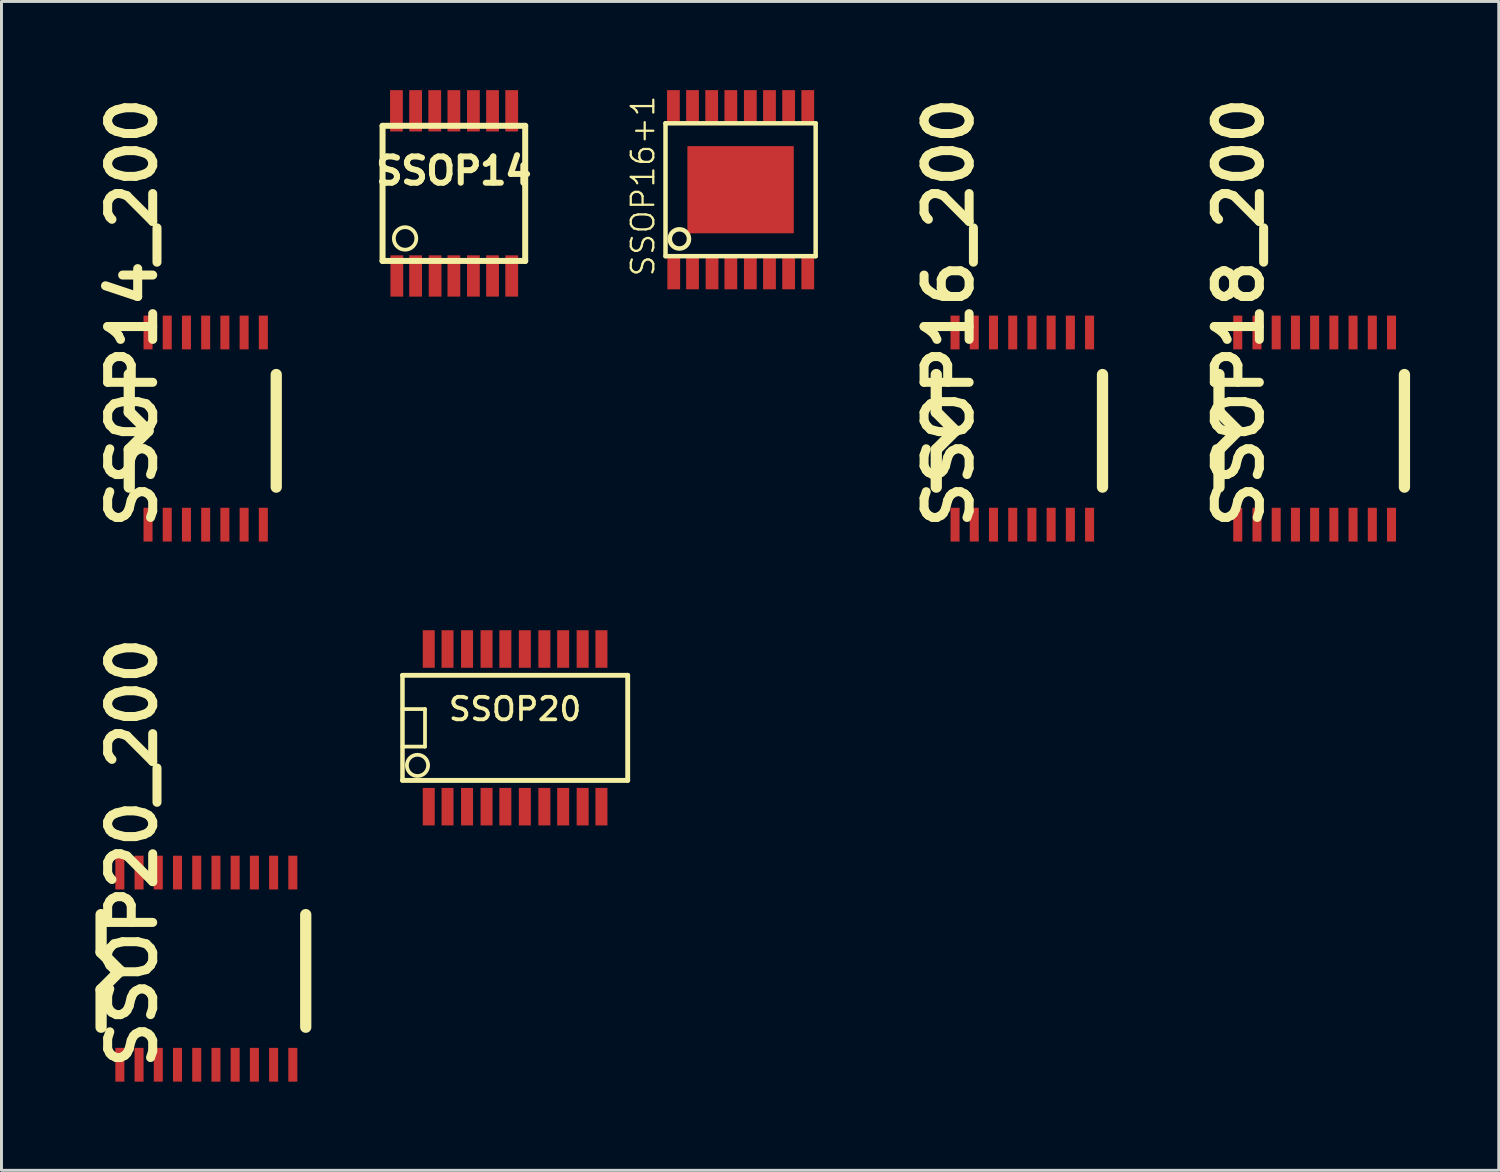
<source format=kicad_pcb>
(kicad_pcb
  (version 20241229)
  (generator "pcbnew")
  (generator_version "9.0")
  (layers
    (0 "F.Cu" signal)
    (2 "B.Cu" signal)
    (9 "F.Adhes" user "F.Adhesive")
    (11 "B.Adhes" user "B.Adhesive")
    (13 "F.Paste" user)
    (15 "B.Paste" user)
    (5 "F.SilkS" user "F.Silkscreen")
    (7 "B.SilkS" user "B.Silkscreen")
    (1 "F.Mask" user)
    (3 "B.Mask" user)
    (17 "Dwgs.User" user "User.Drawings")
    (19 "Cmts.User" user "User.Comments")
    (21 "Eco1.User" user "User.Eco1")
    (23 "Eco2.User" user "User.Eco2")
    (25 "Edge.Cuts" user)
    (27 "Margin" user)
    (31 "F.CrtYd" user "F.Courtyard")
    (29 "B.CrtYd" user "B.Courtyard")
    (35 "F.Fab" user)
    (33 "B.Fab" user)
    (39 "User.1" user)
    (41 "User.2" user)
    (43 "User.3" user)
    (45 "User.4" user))
  (footprint "SSOP14"
    (layer "F.Cu")
    (at 12.306 3.493)
    (property "Reference" "SSOP14" (at 0 -0.762 0) (layer "F.SilkS") (effects (font (size 0.889 0.889) (thickness 0.203))))
    (attr smd)
    (fp_line (start -2.413 -2.286) (end -2.413 2.286) (stroke (width 0.203) (type solid)) (layer "F.SilkS"))
    (fp_line (start -2.413 2.286) (end 2.413 2.286) (stroke (width 0.203) (type solid)) (layer "F.SilkS"))
    (fp_line (start 2.413 -2.286) (end -2.413 -2.286) (stroke (width 0.203) (type solid)) (layer "F.SilkS"))
    (fp_line (start 2.413 2.286) (end 2.413 -2.286) (stroke (width 0.203) (type solid)) (layer "F.SilkS"))
    (fp_circle (center -1.651 1.524) (end -2.032 1.524) (stroke (width 0.127) (type solid)) (fill no) (layer "F.SilkS"))
    (pad "1" smd rect (at -1.93 2.794) (size 0.432 1.397) (layers "F.Cu" "F.Mask" "F.Paste"))
    (pad "2" smd rect (at -1.295 2.794) (size 0.432 1.397) (layers "F.Cu" "F.Mask" "F.Paste"))
    (pad "3" smd rect (at -0.635 2.794) (size 0.432 1.397) (layers "F.Cu" "F.Mask" "F.Paste"))
    (pad "4" smd rect (at 0 2.794) (size 0.432 1.397) (layers "F.Cu" "F.Mask" "F.Paste"))
    (pad "5" smd rect (at 0.66 2.794) (size 0.432 1.397) (layers "F.Cu" "F.Mask" "F.Paste"))
    (pad "6" smd rect (at 1.308 2.794) (size 0.432 1.397) (layers "F.Cu" "F.Mask" "F.Paste"))
    (pad "7" smd rect (at 1.956 2.794) (size 0.432 1.397) (layers "F.Cu" "F.Mask" "F.Paste"))
    (pad "8" smd rect (at 1.956 -2.794) (size 0.432 1.397) (layers "F.Cu" "F.Mask" "F.Paste"))
    (pad "9" smd rect (at 1.308 -2.794) (size 0.432 1.397) (layers "F.Cu" "F.Mask" "F.Paste"))
    (pad "10" smd rect (at 0.66 -2.794) (size 0.432 1.397) (layers "F.Cu" "F.Mask" "F.Paste"))
    (pad "11" smd rect (at 0 -2.794) (size 0.432 1.397) (layers "F.Cu" "F.Mask" "F.Paste"))
    (pad "12" smd rect (at -0.648 -2.794) (size 0.432 1.397) (layers "F.Cu" "F.Mask" "F.Paste"))
    (pad "13" smd rect (at -1.295 -2.794) (size 0.432 1.397) (layers "F.Cu" "F.Mask" "F.Paste"))
    (pad "14" smd rect (at -1.943 -2.794) (size 0.432 1.397) (layers "F.Cu" "F.Mask" "F.Paste")))
  (footprint "SSOP20"
    (layer "F.Cu")
    (at 14.377 21.575)
    (property "Reference" "SSOP20" (at 0 -0.635 0) (layer "F.SilkS") (effects (font (size 0.762 0.762) (thickness 0.127))))
    (attr smd)
    (fp_line (start -3.81 -0.635) (end -3.048 -0.635) (stroke (width 0.127) (type solid)) (layer "F.SilkS"))
    (fp_line (start -3.81 1.778) (end -3.81 -1.778) (stroke (width 0.152) (type solid)) (layer "F.SilkS"))
    (fp_line (start -3.81 1.778) (end 3.81 1.778) (stroke (width 0.165) (type solid)) (layer "F.SilkS"))
    (fp_line (start -3.048 -0.635) (end -3.048 0.635) (stroke (width 0.127) (type solid)) (layer "F.SilkS"))
    (fp_line (start -3.048 0.635) (end -3.81 0.635) (stroke (width 0.127) (type solid)) (layer "F.SilkS"))
    (fp_line (start 3.81 -1.778) (end -3.81 -1.778) (stroke (width 0.165) (type solid)) (layer "F.SilkS"))
    (fp_line (start 3.81 -1.778) (end 3.81 1.778) (stroke (width 0.165) (type solid)) (layer "F.SilkS"))
    (fp_circle (center -3.302 1.27) (end -3.556 1.016) (stroke (width 0.127) (type solid)) (fill no) (layer "F.SilkS"))
    (pad "1" smd rect (at -2.921 2.667) (size 0.406 1.27) (layers "F.Cu" "F.Mask" "F.Paste"))
    (pad "2" smd rect (at -2.286 2.667) (size 0.406 1.27) (layers "F.Cu" "F.Mask" "F.Paste"))
    (pad "3" smd rect (at -1.626 2.667) (size 0.406 1.27) (layers "F.Cu" "F.Mask" "F.Paste"))
    (pad "4" smd rect (at -0.965 2.667) (size 0.406 1.27) (layers "F.Cu" "F.Mask" "F.Paste"))
    (pad "5" smd rect (at -0.33 2.667) (size 0.406 1.27) (layers "F.Cu" "F.Mask" "F.Paste"))
    (pad "6" smd rect (at 0.33 2.667) (size 0.406 1.27) (layers "F.Cu" "F.Mask" "F.Paste"))
    (pad "7" smd rect (at 0.991 2.667) (size 0.406 1.27) (layers "F.Cu" "F.Mask" "F.Paste"))
    (pad "8" smd rect (at 1.626 2.667) (size 0.406 1.27) (layers "F.Cu" "F.Mask" "F.Paste"))
    (pad "9" smd rect (at 2.286 2.667) (size 0.406 1.27) (layers "F.Cu" "F.Mask" "F.Paste"))
    (pad "10" smd rect (at 2.921 2.667) (size 0.406 1.27) (layers "F.Cu" "F.Mask" "F.Paste"))
    (pad "11" smd rect (at 2.921 -2.667) (size 0.406 1.27) (layers "F.Cu" "F.Mask" "F.Paste"))
    (pad "12" smd rect (at 2.286 -2.667) (size 0.406 1.27) (layers "F.Cu" "F.Mask" "F.Paste"))
    (pad "13" smd rect (at 1.626 -2.667) (size 0.406 1.27) (layers "F.Cu" "F.Mask" "F.Paste"))
    (pad "14" smd rect (at 0.991 -2.667) (size 0.406 1.27) (layers "F.Cu" "F.Mask" "F.Paste"))
    (pad "15" smd rect (at 0.33 -2.667) (size 0.406 1.27) (layers "F.Cu" "F.Mask" "F.Paste"))
    (pad "16" smd rect (at -0.33 -2.667) (size 0.406 1.27) (layers "F.Cu" "F.Mask" "F.Paste"))
    (pad "17" smd rect (at -0.965 -2.667) (size 0.406 1.27) (layers "F.Cu" "F.Mask" "F.Paste"))
    (pad "18" smd rect (at -1.626 -2.667) (size 0.406 1.27) (layers "F.Cu" "F.Mask" "F.Paste"))
    (pad "19" smd rect (at -2.286 -2.667) (size 0.406 1.27) (layers "F.Cu" "F.Mask" "F.Paste"))
    (pad "20" smd rect (at -2.921 -2.667) (size 0.406 1.27) (layers "F.Cu" "F.Mask" "F.Paste")))
  (footprint "SSOP14_200"
    (layer "F.Cu")
    (at 3.926 11.526)
    (property "Reference" "SSOP14_200" (at -2.499 -4 90) (layer "F.SilkS") (effects (font (size 1.524 1.524) (thickness 0.305))))
    (attr through_hole)
    (fp_line (start -2.603 -1.905) (end -2.603 -0.635) (stroke (width 0.381) (type solid)) (layer "F.SilkS"))
    (fp_line (start -2.603 -0.635) (end -1.968 0) (stroke (width 0.381) (type solid)) (layer "F.SilkS"))
    (fp_line (start -2.603 0.635) (end -2.603 1.905) (stroke (width 0.381) (type solid)) (layer "F.SilkS"))
    (fp_line (start -1.968 0) (end -2.603 0.635) (stroke (width 0.381) (type solid)) (layer "F.SilkS"))
    (fp_line (start 2.37 -1.905) (end 2.37 1.905) (stroke (width 0.381) (type solid)) (layer "F.SilkS"))
    (pad "1" smd rect (at -1.968 3.175) (size 0.305 1.143) (layers "F.Cu" "F.Mask" "F.Paste"))
    (pad "2" smd rect (at -1.318 3.175) (size 0.305 1.143) (layers "F.Cu" "F.Mask" "F.Paste"))
    (pad "3" smd rect (at -0.668 3.175) (size 0.305 1.143) (layers "F.Cu" "F.Mask" "F.Paste"))
    (pad "4" smd rect (at -0.018 3.175) (size 0.305 1.143) (layers "F.Cu" "F.Mask" "F.Paste"))
    (pad "5" smd rect (at 0.632 3.175) (size 0.305 1.143) (layers "F.Cu" "F.Mask" "F.Paste"))
    (pad "6" smd rect (at 1.283 3.175) (size 0.305 1.143) (layers "F.Cu" "F.Mask" "F.Paste"))
    (pad "7" smd rect (at 1.933 3.175) (size 0.305 1.143) (layers "F.Cu" "F.Mask" "F.Paste"))
    (pad "8" smd rect (at 1.933 -3.327) (size 0.305 1.143) (layers "F.Cu" "F.Mask" "F.Paste"))
    (pad "9" smd rect (at 1.283 -3.327) (size 0.305 1.143) (layers "F.Cu" "F.Mask" "F.Paste"))
    (pad "10" smd rect (at 0.632 -3.327) (size 0.305 1.143) (layers "F.Cu" "F.Mask" "F.Paste"))
    (pad "11" smd rect (at -0.018 -3.327) (size 0.305 1.143) (layers "F.Cu" "F.Mask" "F.Paste"))
    (pad "12" smd rect (at -0.668 -3.327) (size 0.305 1.143) (layers "F.Cu" "F.Mask" "F.Paste"))
    (pad "13" smd rect (at -1.318 -3.327) (size 0.305 1.143) (layers "F.Cu" "F.Mask" "F.Paste"))
    (pad "14" smd rect (at -1.968 -3.327) (size 0.305 1.143) (layers "F.Cu" "F.Mask" "F.Paste")))
  (footprint "SSOP20_200"
    (layer "F.Cu")
    (at 3.926 29.799)
    (property "Reference" "SSOP20_200" (at -2.499 -4 90) (layer "F.SilkS") (effects (font (size 1.524 1.524) (thickness 0.305))))
    (attr through_hole)
    (fp_line (start -3.556 -1.905) (end -3.556 -0.635) (stroke (width 0.381) (type solid)) (layer "F.SilkS"))
    (fp_line (start -3.556 -0.635) (end -2.921 0) (stroke (width 0.381) (type solid)) (layer "F.SilkS"))
    (fp_line (start -3.556 0.635) (end -3.556 1.905) (stroke (width 0.381) (type solid)) (layer "F.SilkS"))
    (fp_line (start -2.921 0) (end -3.556 0.635) (stroke (width 0.381) (type solid)) (layer "F.SilkS"))
    (fp_line (start 3.368 -1.905) (end 3.368 1.905) (stroke (width 0.381) (type solid)) (layer "F.SilkS"))
    (pad "1" smd rect (at -2.921 3.175) (size 0.305 1.143) (layers "F.Cu" "F.Mask" "F.Paste"))
    (pad "2" smd rect (at -2.271 3.175) (size 0.305 1.143) (layers "F.Cu" "F.Mask" "F.Paste"))
    (pad "3" smd rect (at -1.621 3.175) (size 0.305 1.143) (layers "F.Cu" "F.Mask" "F.Paste"))
    (pad "4" smd rect (at -0.97 3.175) (size 0.305 1.143) (layers "F.Cu" "F.Mask" "F.Paste"))
    (pad "5" smd rect (at -0.32 3.175) (size 0.305 1.143) (layers "F.Cu" "F.Mask" "F.Paste"))
    (pad "6" smd rect (at 0.33 3.175) (size 0.305 1.143) (layers "F.Cu" "F.Mask" "F.Paste"))
    (pad "7" smd rect (at 0.98 3.175) (size 0.305 1.143) (layers "F.Cu" "F.Mask" "F.Paste"))
    (pad "8" smd rect (at 1.631 3.175) (size 0.305 1.143) (layers "F.Cu" "F.Mask" "F.Paste"))
    (pad "9" smd rect (at 2.281 3.175) (size 0.305 1.143) (layers "F.Cu" "F.Mask" "F.Paste"))
    (pad "10" smd rect (at 2.931 3.175) (size 0.305 1.143) (layers "F.Cu" "F.Mask" "F.Paste"))
    (pad "11" smd rect (at 2.931 -3.327) (size 0.305 1.143) (layers "F.Cu" "F.Mask" "F.Paste"))
    (pad "12" smd rect (at 2.281 -3.327) (size 0.305 1.143) (layers "F.Cu" "F.Mask" "F.Paste"))
    (pad "13" smd rect (at 1.631 -3.327) (size 0.305 1.143) (layers "F.Cu" "F.Mask" "F.Paste"))
    (pad "14" smd rect (at 0.98 -3.327) (size 0.305 1.143) (layers "F.Cu" "F.Mask" "F.Paste"))
    (pad "15" smd rect (at 0.33 -3.327) (size 0.305 1.143) (layers "F.Cu" "F.Mask" "F.Paste"))
    (pad "16" smd rect (at -0.32 -3.327) (size 0.305 1.143) (layers "F.Cu" "F.Mask" "F.Paste"))
    (pad "17" smd rect (at -0.97 -3.327) (size 0.305 1.143) (layers "F.Cu" "F.Mask" "F.Paste"))
    (pad "18" smd rect (at -1.621 -3.327) (size 0.305 1.143) (layers "F.Cu" "F.Mask" "F.Paste"))
    (pad "19" smd rect (at -2.271 -3.327) (size 0.305 1.143) (layers "F.Cu" "F.Mask" "F.Paste"))
    (pad "20" smd rect (at -2.921 -3.327) (size 0.305 1.143) (layers "F.Cu" "F.Mask" "F.Paste")))
  (footprint "SSOP18_200"
    (layer "F.Cu")
    (at 41.367 11.526)
    (property "Reference" "SSOP18_200" (at -2.499 -4 90) (layer "F.SilkS") (effects (font (size 1.524 1.524) (thickness 0.305))))
    (attr through_hole)
    (fp_line (start -3.175 -1.905) (end -3.175 -0.635) (stroke (width 0.381) (type solid)) (layer "F.SilkS"))
    (fp_line (start -3.175 -0.635) (end -2.54 0) (stroke (width 0.381) (type solid)) (layer "F.SilkS"))
    (fp_line (start -3.175 0.635) (end -3.175 1.905) (stroke (width 0.381) (type solid)) (layer "F.SilkS"))
    (fp_line (start -2.54 0) (end -3.175 0.635) (stroke (width 0.381) (type solid)) (layer "F.SilkS"))
    (fp_line (start 3.099 -1.905) (end 3.099 1.905) (stroke (width 0.381) (type solid)) (layer "F.SilkS"))
    (pad "1" smd rect (at -2.54 3.175) (size 0.305 1.143) (layers "F.Cu" "F.Mask" "F.Paste"))
    (pad "2" smd rect (at -1.89 3.175) (size 0.305 1.143) (layers "F.Cu" "F.Mask" "F.Paste"))
    (pad "3" smd rect (at -1.24 3.175) (size 0.305 1.143) (layers "F.Cu" "F.Mask" "F.Paste"))
    (pad "4" smd rect (at -0.589 3.175) (size 0.305 1.143) (layers "F.Cu" "F.Mask" "F.Paste"))
    (pad "5" smd rect (at 0.061 3.175) (size 0.305 1.143) (layers "F.Cu" "F.Mask" "F.Paste"))
    (pad "6" smd rect (at 0.711 3.175) (size 0.305 1.143) (layers "F.Cu" "F.Mask" "F.Paste"))
    (pad "7" smd rect (at 1.361 3.175) (size 0.305 1.143) (layers "F.Cu" "F.Mask" "F.Paste"))
    (pad "8" smd rect (at 2.012 3.175) (size 0.305 1.143) (layers "F.Cu" "F.Mask" "F.Paste"))
    (pad "9" smd rect (at 2.662 3.175) (size 0.305 1.143) (layers "F.Cu" "F.Mask" "F.Paste"))
    (pad "10" smd rect (at 2.662 -3.327) (size 0.305 1.143) (layers "F.Cu" "F.Mask" "F.Paste"))
    (pad "11" smd rect (at 2.012 -3.327) (size 0.305 1.143) (layers "F.Cu" "F.Mask" "F.Paste"))
    (pad "12" smd rect (at 1.361 -3.327) (size 0.305 1.143) (layers "F.Cu" "F.Mask" "F.Paste"))
    (pad "13" smd rect (at 0.711 -3.327) (size 0.305 1.143) (layers "F.Cu" "F.Mask" "F.Paste"))
    (pad "14" smd rect (at 0.061 -3.327) (size 0.305 1.143) (layers "F.Cu" "F.Mask" "F.Paste"))
    (pad "15" smd rect (at -0.589 -3.327) (size 0.305 1.143) (layers "F.Cu" "F.Mask" "F.Paste"))
    (pad "16" smd rect (at -1.24 -3.327) (size 0.305 1.143) (layers "F.Cu" "F.Mask" "F.Paste"))
    (pad "17" smd rect (at -1.89 -3.327) (size 0.305 1.143) (layers "F.Cu" "F.Mask" "F.Paste"))
    (pad "18" smd rect (at -2.54 -3.327) (size 0.305 1.143) (layers "F.Cu" "F.Mask" "F.Paste")))
  (footprint "SSOP16_200"
    (layer "F.Cu")
    (at 31.548 11.526)
    (property "Reference" "SSOP16_200" (at -2.499 -4 90) (layer "F.SilkS") (effects (font (size 1.524 1.524) (thickness 0.305))))
    (attr through_hole)
    (fp_line (start -2.921 -1.905) (end -2.921 -0.635) (stroke (width 0.381) (type solid)) (layer "F.SilkS"))
    (fp_line (start -2.921 -0.635) (end -2.286 0) (stroke (width 0.381) (type solid)) (layer "F.SilkS"))
    (fp_line (start -2.921 0.635) (end -2.921 1.905) (stroke (width 0.381) (type solid)) (layer "F.SilkS"))
    (fp_line (start -2.286 0) (end -2.921 0.635) (stroke (width 0.381) (type solid)) (layer "F.SilkS"))
    (fp_line (start 2.703 -1.905) (end 2.703 1.905) (stroke (width 0.381) (type solid)) (layer "F.SilkS"))
    (pad "1" smd rect (at -2.286 3.175) (size 0.305 1.143) (layers "F.Cu" "F.Mask" "F.Paste"))
    (pad "2" smd rect (at -1.636 3.175) (size 0.305 1.143) (layers "F.Cu" "F.Mask" "F.Paste"))
    (pad "3" smd rect (at -0.986 3.175) (size 0.305 1.143) (layers "F.Cu" "F.Mask" "F.Paste"))
    (pad "4" smd rect (at -0.335 3.175) (size 0.305 1.143) (layers "F.Cu" "F.Mask" "F.Paste"))
    (pad "5" smd rect (at 0.315 3.175) (size 0.305 1.143) (layers "F.Cu" "F.Mask" "F.Paste"))
    (pad "6" smd rect (at 0.965 3.175) (size 0.305 1.143) (layers "F.Cu" "F.Mask" "F.Paste"))
    (pad "7" smd rect (at 1.615 3.175) (size 0.305 1.143) (layers "F.Cu" "F.Mask" "F.Paste"))
    (pad "8" smd rect (at 2.266 3.175) (size 0.305 1.143) (layers "F.Cu" "F.Mask" "F.Paste"))
    (pad "9" smd rect (at 2.266 -3.327) (size 0.305 1.143) (layers "F.Cu" "F.Mask" "F.Paste"))
    (pad "10" smd rect (at 1.615 -3.327) (size 0.305 1.143) (layers "F.Cu" "F.Mask" "F.Paste"))
    (pad "11" smd rect (at 0.965 -3.327) (size 0.305 1.143) (layers "F.Cu" "F.Mask" "F.Paste"))
    (pad "12" smd rect (at 0.315 -3.327) (size 0.305 1.143) (layers "F.Cu" "F.Mask" "F.Paste"))
    (pad "13" smd rect (at -0.335 -3.327) (size 0.305 1.143) (layers "F.Cu" "F.Mask" "F.Paste"))
    (pad "14" smd rect (at -0.986 -3.327) (size 0.305 1.143) (layers "F.Cu" "F.Mask" "F.Paste"))
    (pad "15" smd rect (at -1.636 -3.327) (size 0.305 1.143) (layers "F.Cu" "F.Mask" "F.Paste"))
    (pad "16" smd rect (at -2.286 -3.327) (size 0.305 1.143) (layers "F.Cu" "F.Mask" "F.Paste")))
  (footprint "SSOP16+1"
    (layer "F.Cu")
    (at 22.006 3.369)
    (property "Reference" "SSOP16+1" (at -3.302 -0.127 90) (layer "F.SilkS") (effects (font (size 0.762 0.762) (thickness 0.076))))
    (attr smd)
    (fp_line (start -2.54 -2.248) (end -2.54 2.248) (stroke (width 0.152) (type solid)) (layer "F.SilkS"))
    (fp_line (start -2.54 2.248) (end 2.54 2.248) (stroke (width 0.152) (type solid)) (layer "F.SilkS"))
    (fp_line (start 2.54 -2.248) (end -2.54 -2.248) (stroke (width 0.152) (type solid)) (layer "F.SilkS"))
    (fp_line (start 2.54 2.248) (end 2.54 -2.248) (stroke (width 0.152) (type solid)) (layer "F.SilkS"))
    (fp_circle (center -2.07 1.664) (end -2.273 1.918) (stroke (width 0.152) (type solid)) (fill no) (layer "F.SilkS"))
    (pad "1" smd rect (at -2.261 2.794) (size 0.432 1.151) (layers "F.Cu" "F.Mask" "F.Paste"))
    (pad "2" smd rect (at -1.626 2.794) (size 0.432 1.151) (layers "F.Cu" "F.Mask" "F.Paste"))
    (pad "3" smd rect (at -0.965 2.794) (size 0.432 1.151) (layers "F.Cu" "F.Mask" "F.Paste"))
    (pad "4" smd rect (at -0.33 2.794) (size 0.432 1.151) (layers "F.Cu" "F.Mask" "F.Paste"))
    (pad "5" smd rect (at 0.33 2.794) (size 0.432 1.151) (layers "F.Cu" "F.Mask" "F.Paste"))
    (pad "6" smd rect (at 0.978 2.794) (size 0.432 1.151) (layers "F.Cu" "F.Mask" "F.Paste"))
    (pad "7" smd rect (at 1.626 2.794) (size 0.432 1.151) (layers "F.Cu" "F.Mask" "F.Paste"))
    (pad "8" smd rect (at 2.273 2.794) (size 0.432 1.151) (layers "F.Cu" "F.Mask" "F.Paste"))
    (pad "9" smd rect (at 2.273 -2.794) (size 0.432 1.151) (layers "F.Cu" "F.Mask" "F.Paste"))
    (pad "10" smd rect (at 1.626 -2.794) (size 0.432 1.151) (layers "F.Cu" "F.Mask" "F.Paste"))
    (pad "11" smd rect (at 0.978 -2.794) (size 0.432 1.151) (layers "F.Cu" "F.Mask" "F.Paste"))
    (pad "12" smd rect (at 0.33 -2.794) (size 0.432 1.151) (layers "F.Cu" "F.Mask" "F.Paste"))
    (pad "13" smd rect (at -0.33 -2.794) (size 0.432 1.151) (layers "F.Cu" "F.Mask" "F.Paste"))
    (pad "14" smd rect (at -0.978 -2.794) (size 0.432 1.151) (layers "F.Cu" "F.Mask" "F.Paste"))
    (pad "15" smd rect (at -1.626 -2.794) (size 0.432 1.151) (layers "F.Cu" "F.Mask" "F.Paste"))
    (pad "16" smd rect (at -2.273 -2.794) (size 0.432 1.151) (layers "F.Cu" "F.Mask" "F.Paste"))
    (pad "17" smd rect (at 0 0) (size 3.599 2.949) (layers "F.Cu" "F.Mask" "F.Paste")))
  (gr_rect
    (start -3 -3)
    (end 47.657 36.545)
    (stroke (width 0.1) (type default))
    (fill no)
    (layer "Edge.Cuts")))
</source>
